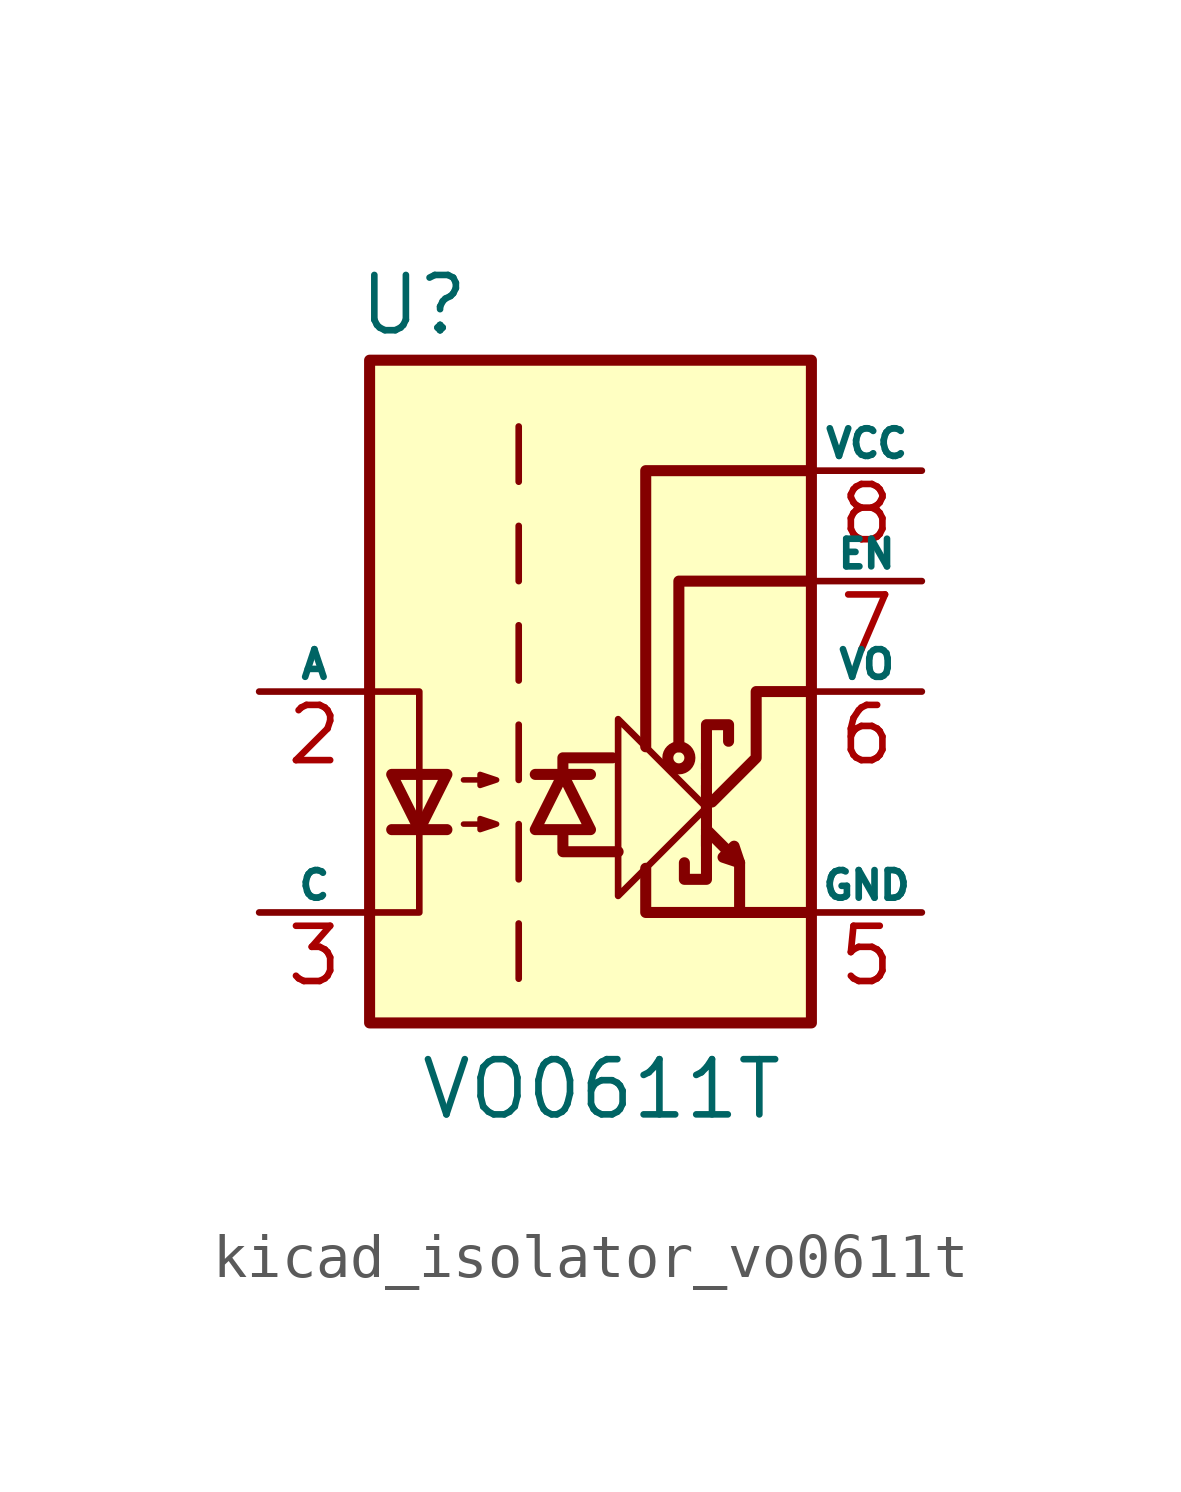
<source format=kicad_sym>
(kicad_symbol_lib
  (version 20220914)
  (generator kicad_symbol_editor)
  (symbol "kicad_isolator_vo0611t"
    (pin_names
      (offset 0))
    (property "Reference" "U"
      (at -4.064 8.89 0)
      (effects (font (size 1.27 1.27))))
    (property "Value" "VO0611T"
      (at 0.254 -9.144 0)
      (effects (font (size 1.27 1.27))))
    (symbol "kicad_isolator_vo0611t_0_1"
      (polyline (pts (xy 2.667 -3.556) (xy 2.667 -1.651)) (stroke (width 0.254) (type default)) (fill (type none)))
      (polyline (pts (xy 2.667 -2.159) (xy 2.667 -2.921)) (stroke (width 0.254) (type default)) (fill (type none)))
      (polyline (pts (xy 3.429 -3.937) (xy 3.429 -5.08)) (stroke (width 0.254) (type default)) (fill (type none)))
      (polyline (pts (xy -0.635 -3.302) (xy -0.635 -3.683) (xy 0.635 -3.683)) (stroke (width 0.254) (type default)) (fill (type none)))
      (polyline (pts (xy -0.635 -1.905) (xy -0.635 -1.524) (xy 0.508 -1.524)) (stroke (width 0.254) (type default)) (fill (type none)))
      (polyline (pts (xy 1.27 -4.064) (xy 1.27 -5.08) (xy 5.08 -5.08)) (stroke (width 0.254) (type default)) (fill (type none)))
      (polyline (pts (xy 1.27 -1.27) (xy 1.27 5.08) (xy 5.08 5.08)) (stroke (width 0.254) (type default)) (fill (type none)))
      (polyline (pts (xy 2.032 -1.27) (xy 2.032 2.54) (xy 5.08 2.54)) (stroke (width 0.254) (type default)) (fill (type none)))
      (polyline (pts (xy -5.08 -5.08) (xy -3.937 -5.08) (xy -3.937 0) (xy -5.08 0)) (stroke (width 0) (type default)) (fill (type none)))
      (polyline (pts (xy 2.667 -3.302) (xy 2.667 -4.318) (xy 2.159 -4.318) (xy 2.159 -3.937)) (stroke (width 0.254) (type default)) (fill (type none)))
      (polyline (pts (xy 2.667 -2.667) (xy 0.635 -4.699) (xy 0.635 -0.635) (xy 2.667 -2.667)) (stroke (width 0) (type default)) (fill (type none)))
      (polyline (pts (xy 2.667 -1.778) (xy 2.667 -0.762) (xy 3.175 -0.762) (xy 3.175 -1.143)) (stroke (width 0.254) (type default)) (fill (type none)))
      (polyline (pts (xy 2.794 -2.54) (xy 3.81 -1.524) (xy 3.81 0) (xy 5.08 0)) (stroke (width 0.254) (type default)) (fill (type none)))
      (polyline (pts (xy 2.667 -3.175) (xy 3.429 -3.937) (xy 3.302 -3.556) (xy 3.048 -3.81) (xy 3.429 -3.937)) (stroke (width 0.254) (type default)) (fill (type none)))
      (circle (center 2.032 -1.524) (radius 0.254) (stroke (width 0.254) (type default)) (fill (type none))))
    (symbol "kicad_isolator_vo0611t_1_1"
      (rectangle (start -5.08 7.62) (end 5.08 -7.62) (stroke (width 0.254) (type default)) (fill (type background)))
      (polyline (pts (xy -4.572 -3.175) (xy -3.302 -3.175)) (stroke (width 0.254) (type default)) (fill (type none)))
      (polyline (pts (xy -1.651 -5.334) (xy -1.651 -6.604)) (stroke (width 0) (type default)) (fill (type none)))
      (polyline (pts (xy -1.651 -3.048) (xy -1.651 -4.318)) (stroke (width 0) (type default)) (fill (type none)))
      (polyline (pts (xy -1.651 -0.762) (xy -1.651 -2.032)) (stroke (width 0) (type default)) (fill (type none)))
      (polyline (pts (xy -1.651 1.524) (xy -1.651 0.254)) (stroke (width 0) (type default)) (fill (type none)))
      (polyline (pts (xy -1.651 3.81) (xy -1.651 2.54)) (stroke (width 0) (type default)) (fill (type none)))
      (polyline (pts (xy -1.651 6.096) (xy -1.651 4.826)) (stroke (width 0) (type default)) (fill (type none)))
      (polyline (pts (xy -1.27 -1.905) (xy 0 -1.905)) (stroke (width 0.254) (type default)) (fill (type none)))
      (polyline (pts (xy -3.937 -3.175) (xy -4.572 -1.905) (xy -3.302 -1.905) (xy -3.937 -3.175)) (stroke (width 0.254) (type default)) (fill (type none)))
      (polyline (pts (xy -0.635 -1.905) (xy -1.27 -3.175) (xy 0 -3.175) (xy -0.635 -1.905)) (stroke (width 0.254) (type default)) (fill (type none)))
      (polyline (pts (xy -2.921 -3.048) (xy -2.159 -3.048) (xy -2.54 -3.175) (xy -2.54 -2.921) (xy -2.159 -3.048)) (stroke (width 0.127) (type default)) (fill (type none)))
      (polyline (pts (xy -2.921 -2.032) (xy -2.159 -2.032) (xy -2.54 -2.159) (xy -2.54 -1.905) (xy -2.159 -2.032)) (stroke (width 0.127) (type default)) (fill (type none)))
      (pin no_connect line (at -5.08 5.08 0) (length 2.54) hide (name "NC" (effects (font (size 0.635 0.635)))) (number "1" (effects (font (size 1.27 1.27)))))
      (pin passive line (at -7.62 0 0) (length 2.54) (name "A" (effects (font (size 0.635 0.635)))) (number "2" (effects (font (size 1.27 1.27)))))
      (pin passive line (at -7.62 -5.08 0) (length 2.54) (name "C" (effects (font (size 0.635 0.635)))) (number "3" (effects (font (size 1.27 1.27)))))
      (pin power_in line (at 7.62 -5.08 180) (length 2.54) (name "GND" (effects (font (size 0.635 0.635)))) (number "5" (effects (font (size 1.27 1.27)))))
      (pin open_collector line (at 7.62 0 180) (length 2.54) (name "VO" (effects (font (size 0.635 0.635)))) (number "6" (effects (font (size 1.27 1.27)))))
      (pin input line (at 7.62 2.54 180) (length 2.54) (name "EN" (effects (font (size 0.635 0.635)))) (number "7" (effects (font (size 1.27 1.27)))))
      (pin power_in line (at 7.62 5.08 180) (length 2.54) (name "VCC" (effects (font (size 0.635 0.635)))) (number "8" (effects (font (size 1.27 1.27))))))))
</source>
